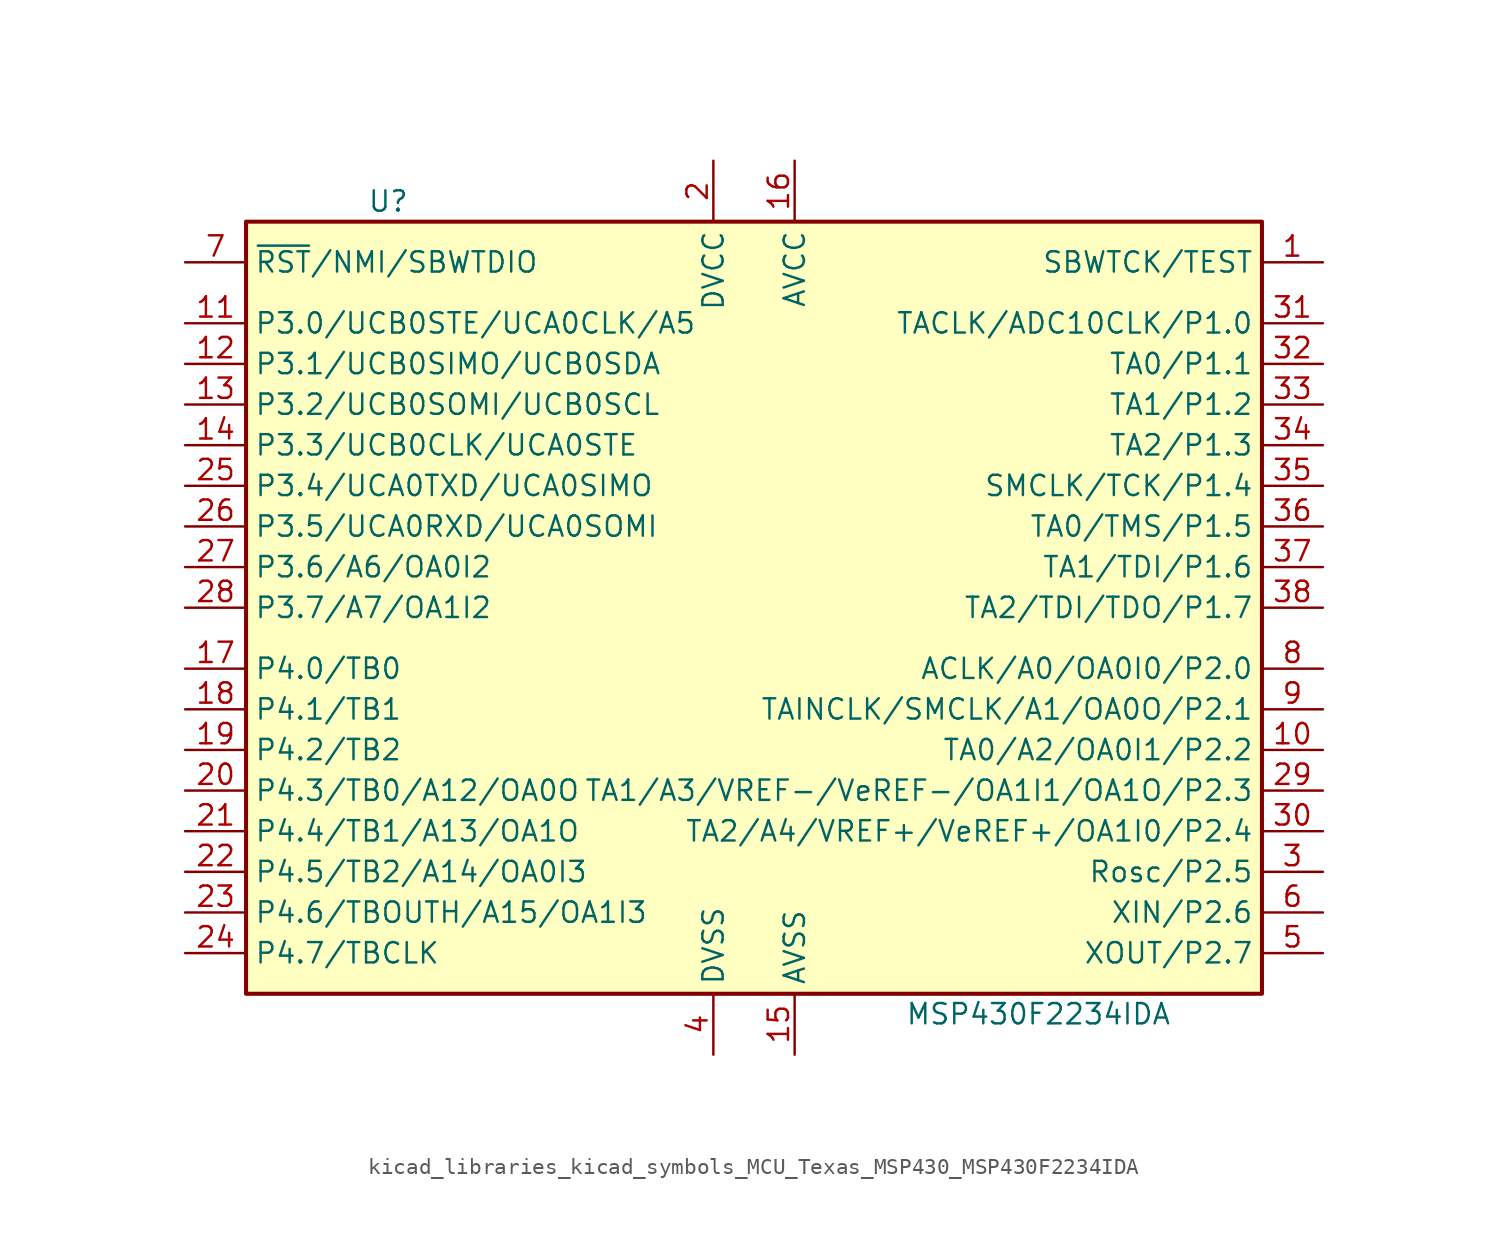
<source format=kicad_sym>
(kicad_symbol_lib
  (version 20220914)
  (generator kicad_symbol_editor)
  (symbol "kicad_libraries_kicad_symbols_MCU_Texas_MSP430_MSP430F2234IDA"
    (property "Reference" "U"
      (at -22.86 25.4 0)
      (effects (font (size 1.27 1.27))))
    (property "Value" "MSP430F2234IDA"
      (at 17.78 -25.4 0)
      (effects (font (size 1.27 1.27))))
    (symbol "kicad_libraries_kicad_symbols_MCU_Texas_MSP430_MSP430F2234IDA_0_1"
      (rectangle (start -31.75 24.13) (end 31.75 -24.13) (stroke (width 0.254) (type default)) (fill (type background))))
    (symbol "kicad_libraries_kicad_symbols_MCU_Texas_MSP430_MSP430F2234IDA_1_1"
      (pin input line (at 35.56 21.59 180) (length 3.81) (name "SBWTCK/TEST" (effects (font (size 1.27 1.27)))) (number "1" (effects (font (size 1.27 1.27)))))
      (pin bidirectional line (at 35.56 -8.89 180) (length 3.81) (name "TA0/A2/OA0I1/P2.2" (effects (font (size 1.27 1.27)))) (number "10" (effects (font (size 1.27 1.27)))))
      (pin bidirectional line (at -35.56 17.78 0) (length 3.81) (name "P3.0/UCB0STE/UCA0CLK/A5" (effects (font (size 1.27 1.27)))) (number "11" (effects (font (size 1.27 1.27)))))
      (pin bidirectional line (at -35.56 15.24 0) (length 3.81) (name "P3.1/UCB0SIMO/UCB0SDA" (effects (font (size 1.27 1.27)))) (number "12" (effects (font (size 1.27 1.27)))))
      (pin bidirectional line (at -35.56 12.7 0) (length 3.81) (name "P3.2/UCB0SOMI/UCB0SCL" (effects (font (size 1.27 1.27)))) (number "13" (effects (font (size 1.27 1.27)))))
      (pin bidirectional line (at -35.56 10.16 0) (length 3.81) (name "P3.3/UCB0CLK/UCA0STE" (effects (font (size 1.27 1.27)))) (number "14" (effects (font (size 1.27 1.27)))))
      (pin power_in line (at 2.54 -27.94 90) (length 3.81) (name "AVSS" (effects (font (size 1.27 1.27)))) (number "15" (effects (font (size 1.27 1.27)))))
      (pin power_in line (at 2.54 27.94 270) (length 3.81) (name "AVCC" (effects (font (size 1.27 1.27)))) (number "16" (effects (font (size 1.27 1.27)))))
      (pin bidirectional line (at -35.56 -3.81 0) (length 3.81) (name "P4.0/TB0" (effects (font (size 1.27 1.27)))) (number "17" (effects (font (size 1.27 1.27)))))
      (pin bidirectional line (at -35.56 -6.35 0) (length 3.81) (name "P4.1/TB1" (effects (font (size 1.27 1.27)))) (number "18" (effects (font (size 1.27 1.27)))))
      (pin bidirectional line (at -35.56 -8.89 0) (length 3.81) (name "P4.2/TB2" (effects (font (size 1.27 1.27)))) (number "19" (effects (font (size 1.27 1.27)))))
      (pin power_in line (at -2.54 27.94 270) (length 3.81) (name "DVCC" (effects (font (size 1.27 1.27)))) (number "2" (effects (font (size 1.27 1.27)))))
      (pin bidirectional line (at -35.56 -11.43 0) (length 3.81) (name "P4.3/TB0/A12/OA0O" (effects (font (size 1.27 1.27)))) (number "20" (effects (font (size 1.27 1.27)))))
      (pin bidirectional line (at -35.56 -13.97 0) (length 3.81) (name "P4.4/TB1/A13/OA1O" (effects (font (size 1.27 1.27)))) (number "21" (effects (font (size 1.27 1.27)))))
      (pin bidirectional line (at -35.56 -16.51 0) (length 3.81) (name "P4.5/TB2/A14/OA0I3" (effects (font (size 1.27 1.27)))) (number "22" (effects (font (size 1.27 1.27)))))
      (pin bidirectional line (at -35.56 -19.05 0) (length 3.81) (name "P4.6/TBOUTH/A15/OA1I3" (effects (font (size 1.27 1.27)))) (number "23" (effects (font (size 1.27 1.27)))))
      (pin bidirectional line (at -35.56 -21.59 0) (length 3.81) (name "P4.7/TBCLK" (effects (font (size 1.27 1.27)))) (number "24" (effects (font (size 1.27 1.27)))))
      (pin bidirectional line (at -35.56 7.62 0) (length 3.81) (name "P3.4/UCA0TXD/UCA0SIMO" (effects (font (size 1.27 1.27)))) (number "25" (effects (font (size 1.27 1.27)))))
      (pin bidirectional line (at -35.56 5.08 0) (length 3.81) (name "P3.5/UCA0RXD/UCA0SOMI" (effects (font (size 1.27 1.27)))) (number "26" (effects (font (size 1.27 1.27)))))
      (pin bidirectional line (at -35.56 2.54 0) (length 3.81) (name "P3.6/A6/OA0I2" (effects (font (size 1.27 1.27)))) (number "27" (effects (font (size 1.27 1.27)))))
      (pin bidirectional line (at -35.56 0 0) (length 3.81) (name "P3.7/A7/OA1I2" (effects (font (size 1.27 1.27)))) (number "28" (effects (font (size 1.27 1.27)))))
      (pin bidirectional line (at 35.56 -11.43 180) (length 3.81) (name "TA1/A3/VREF-/VeREF-/OA1I1/OA1O/P2.3" (effects (font (size 1.27 1.27)))) (number "29" (effects (font (size 1.27 1.27)))))
      (pin bidirectional line (at 35.56 -16.51 180) (length 3.81) (name "Rosc/P2.5" (effects (font (size 1.27 1.27)))) (number "3" (effects (font (size 1.27 1.27)))))
      (pin bidirectional line (at 35.56 -13.97 180) (length 3.81) (name "TA2/A4/VREF+/VeREF+/OA1I0/P2.4" (effects (font (size 1.27 1.27)))) (number "30" (effects (font (size 1.27 1.27)))))
      (pin bidirectional line (at 35.56 17.78 180) (length 3.81) (name "TACLK/ADC10CLK/P1.0" (effects (font (size 1.27 1.27)))) (number "31" (effects (font (size 1.27 1.27)))))
      (pin bidirectional line (at 35.56 15.24 180) (length 3.81) (name "TA0/P1.1" (effects (font (size 1.27 1.27)))) (number "32" (effects (font (size 1.27 1.27)))))
      (pin bidirectional line (at 35.56 12.7 180) (length 3.81) (name "TA1/P1.2" (effects (font (size 1.27 1.27)))) (number "33" (effects (font (size 1.27 1.27)))))
      (pin bidirectional line (at 35.56 10.16 180) (length 3.81) (name "TA2/P1.3" (effects (font (size 1.27 1.27)))) (number "34" (effects (font (size 1.27 1.27)))))
      (pin bidirectional line (at 35.56 7.62 180) (length 3.81) (name "SMCLK/TCK/P1.4" (effects (font (size 1.27 1.27)))) (number "35" (effects (font (size 1.27 1.27)))))
      (pin bidirectional line (at 35.56 5.08 180) (length 3.81) (name "TA0/TMS/P1.5" (effects (font (size 1.27 1.27)))) (number "36" (effects (font (size 1.27 1.27)))))
      (pin bidirectional line (at 35.56 2.54 180) (length 3.81) (name "TA1/TDI/P1.6" (effects (font (size 1.27 1.27)))) (number "37" (effects (font (size 1.27 1.27)))))
      (pin bidirectional line (at 35.56 0 180) (length 3.81) (name "TA2/TDI/TDO/P1.7" (effects (font (size 1.27 1.27)))) (number "38" (effects (font (size 1.27 1.27)))))
      (pin power_in line (at -2.54 -27.94 90) (length 3.81) (name "DVSS" (effects (font (size 1.27 1.27)))) (number "4" (effects (font (size 1.27 1.27)))))
      (pin bidirectional line (at 35.56 -21.59 180) (length 3.81) (name "XOUT/P2.7" (effects (font (size 1.27 1.27)))) (number "5" (effects (font (size 1.27 1.27)))))
      (pin bidirectional line (at 35.56 -19.05 180) (length 3.81) (name "XIN/P2.6" (effects (font (size 1.27 1.27)))) (number "6" (effects (font (size 1.27 1.27)))))
      (pin bidirectional line (at -35.56 21.59 0) (length 3.81) (name "~{RST}/NMI/SBWTDIO" (effects (font (size 1.27 1.27)))) (number "7" (effects (font (size 1.27 1.27)))))
      (pin bidirectional line (at 35.56 -3.81 180) (length 3.81) (name "ACLK/A0/OA0I0/P2.0" (effects (font (size 1.27 1.27)))) (number "8" (effects (font (size 1.27 1.27)))))
      (pin bidirectional line (at 35.56 -6.35 180) (length 3.81) (name "TAINCLK/SMCLK/A1/OA0O/P2.1" (effects (font (size 1.27 1.27)))) (number "9" (effects (font (size 1.27 1.27))))))))
</source>
